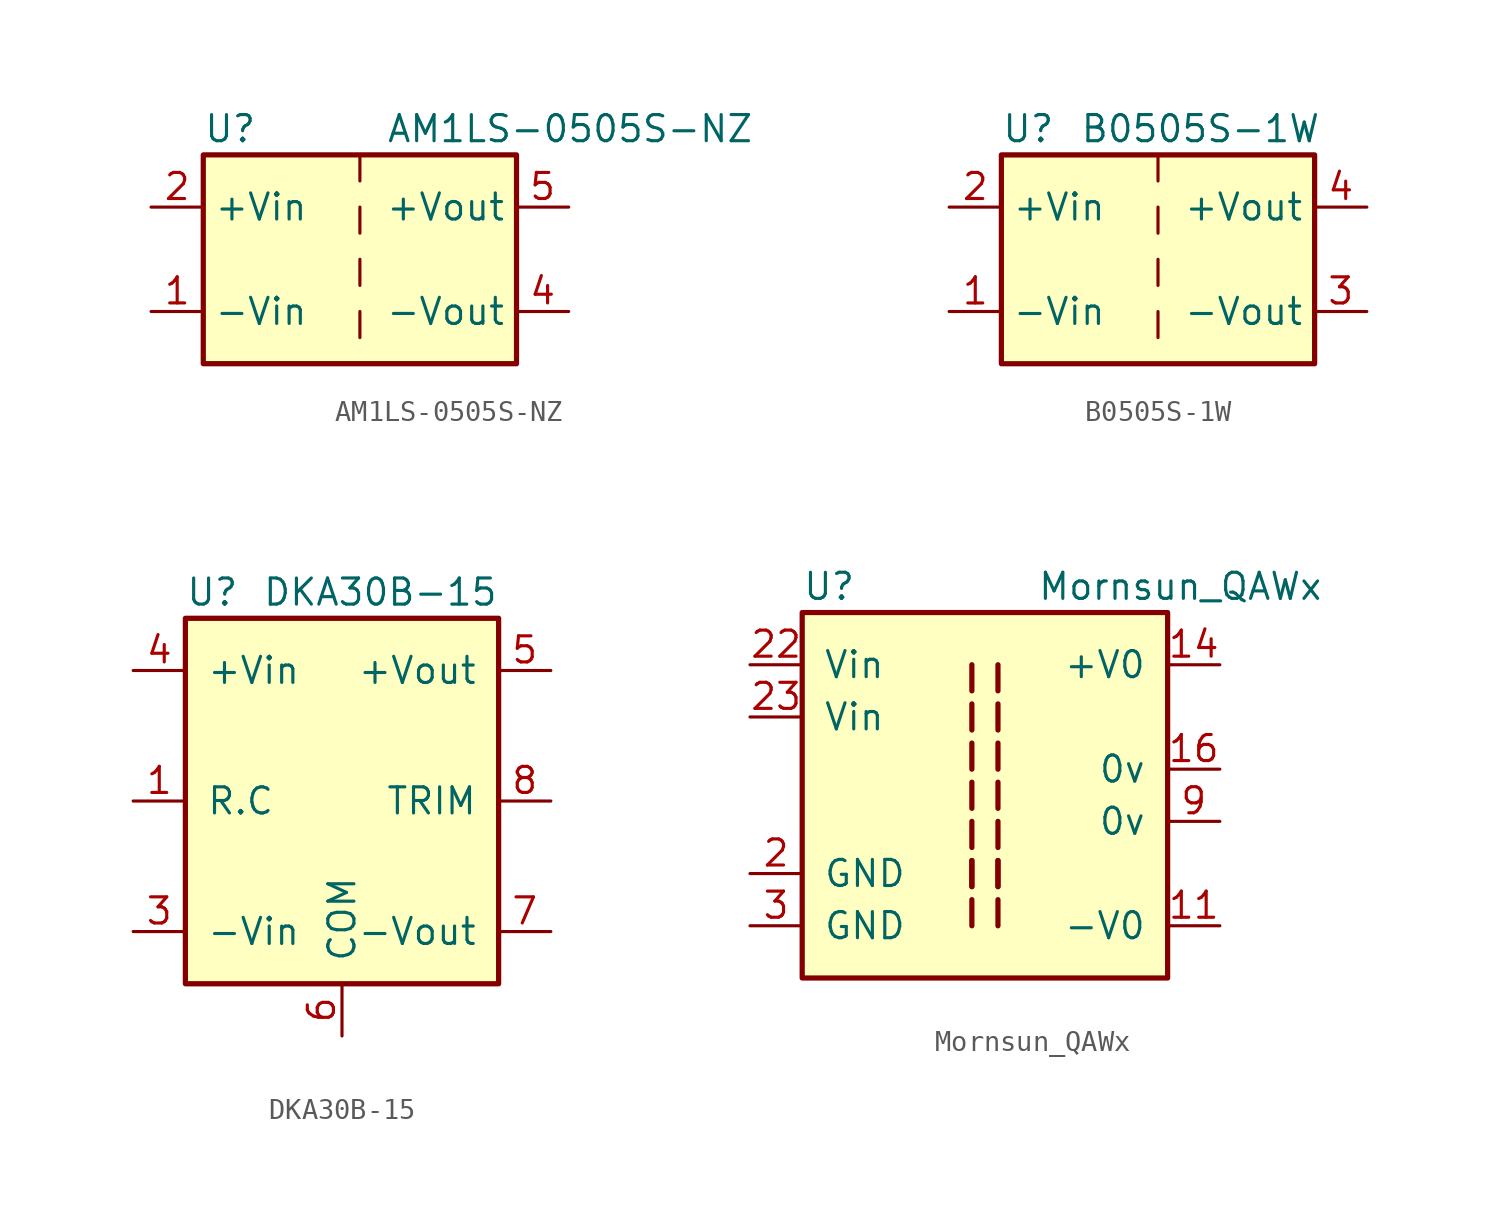
<source format=kicad_sym>
(kicad_symbol_lib
  (version 20211014)
  (generator kicad_symbol_editor)
  (symbol "AM1LS-0505S-NZ"
    (property "Reference" "U"
      (at -7.62 6.35 0)
      (effects (font (size 1.27 1.27)) (justify left)))
    (property "Value" "AM1LS-0505S-NZ"
      (at 1.27 6.35 0)
      (effects (font (size 1.27 1.27)) (justify left)))
    (symbol "AM1LS-0505S-NZ_0_0"
      (pin power_in line (at -10.16 -2.54 0) (length 2.54) (name "-Vin" (effects (font (size 1.27 1.27)))) (number "1" (effects (font (size 1.27 1.27)))))
      (pin power_in line (at -10.16 2.54 0) (length 2.54) (name "+Vin" (effects (font (size 1.27 1.27)))) (number "2" (effects (font (size 1.27 1.27)))))
      (pin power_out line (at 10.16 -2.54 180) (length 2.54) (name "-Vout" (effects (font (size 1.27 1.27)))) (number "4" (effects (font (size 1.27 1.27)))))
      (pin power_out line (at 10.16 2.54 180) (length 2.54) (name "+Vout" (effects (font (size 1.27 1.27)))) (number "5" (effects (font (size 1.27 1.27))))))
    (symbol "AM1LS-0505S-NZ_0_1"
      (rectangle (start -7.62 5.08) (end 7.62 -5.08) (stroke (width 0.254) (type default) (color 0 0 0 0)) (fill (type background)))
      (polyline (pts (xy 0 -2.54) (xy 0 -3.81)) (stroke (width 0) (type default) (color 0 0 0 0)) (fill (type none)))
      (polyline (pts (xy 0 0) (xy 0 -1.27)) (stroke (width 0) (type default) (color 0 0 0 0)) (fill (type none)))
      (polyline (pts (xy 0 2.54) (xy 0 1.27)) (stroke (width 0) (type default) (color 0 0 0 0)) (fill (type none)))
      (polyline (pts (xy 0 5.08) (xy 0 3.81)) (stroke (width 0) (type default) (color 0 0 0 0)) (fill (type none))))
    (symbol "AM1LS-0505S-NZ_1_1"
      (pin no_connect line (at 0 -5.08 90) (length 2.54) hide (name "NC" (effects (font (size 1.27 1.27)))) (number "8" (effects (font (size 1.27 1.27)))))))
  (symbol "B0505S-1W"
    (property "Reference" "U"
      (at -7.62 6.35 0)
      (effects (font (size 1.27 1.27)) (justify left)))
    (property "Value" "B0505S-1W"
      (at -3.81 6.35 0)
      (effects (font (size 1.27 1.27)) (justify left)))
    (symbol "B0505S-1W_0_0"
      (pin power_in line (at -10.16 -2.54 0) (length 2.54) (name "-Vin" (effects (font (size 1.27 1.27)))) (number "1" (effects (font (size 1.27 1.27)))))
      (pin power_in line (at -10.16 2.54 0) (length 2.54) (name "+Vin" (effects (font (size 1.27 1.27)))) (number "2" (effects (font (size 1.27 1.27)))))
      (pin power_out line (at 10.16 -2.54 180) (length 2.54) (name "-Vout" (effects (font (size 1.27 1.27)))) (number "3" (effects (font (size 1.27 1.27)))))
      (pin power_out line (at 10.16 2.54 180) (length 2.54) (name "+Vout" (effects (font (size 1.27 1.27)))) (number "4" (effects (font (size 1.27 1.27))))))
    (symbol "B0505S-1W_0_1"
      (rectangle (start -7.62 5.08) (end 7.62 -5.08) (stroke (width 0.254) (type default) (color 0 0 0 0)) (fill (type background)))
      (polyline (pts (xy 0 -2.54) (xy 0 -3.81)) (stroke (width 0) (type default) (color 0 0 0 0)) (fill (type none)))
      (polyline (pts (xy 0 0) (xy 0 -1.27)) (stroke (width 0) (type default) (color 0 0 0 0)) (fill (type none)))
      (polyline (pts (xy 0 2.54) (xy 0 1.27)) (stroke (width 0) (type default) (color 0 0 0 0)) (fill (type none)))
      (polyline (pts (xy 0 5.08) (xy 0 3.81)) (stroke (width 0) (type default) (color 0 0 0 0)) (fill (type none)))))
  (symbol "DKA30B-15"
    (pin_names
      (offset 1.016))
    (property "Reference" "U"
      (at -7.62 10.16 0)
      (effects (font (size 1.27 1.27)) (justify left)))
    (property "Value" "DKA30B-15"
      (at 7.62 10.16 0)
      (effects (font (size 1.27 1.27)) (justify right)))
    (symbol "DKA30B-15_0_1"
      (rectangle (start -7.62 8.89) (end 7.62 -8.89) (stroke (width 0.254) (type default) (color 0 0 0 0)) (fill (type background))))
    (symbol "DKA30B-15_1_1"
      (pin input line (at -10.16 0 0) (length 2.54) (name "R.C" (effects (font (size 1.27 1.27)))) (number "1" (effects (font (size 1.27 1.27)))))
      (pin power_in line (at -10.16 -6.35 0) (length 2.54) (name "-Vin" (effects (font (size 1.27 1.27)))) (number "3" (effects (font (size 1.27 1.27)))))
      (pin power_in line (at -10.16 6.35 0) (length 2.54) (name "+Vin" (effects (font (size 1.27 1.27)))) (number "4" (effects (font (size 1.27 1.27)))))
      (pin power_out line (at 10.16 6.35 180) (length 2.54) (name "+Vout" (effects (font (size 1.27 1.27)))) (number "5" (effects (font (size 1.27 1.27)))))
      (pin power_in line (at 0 -11.43 90) (length 2.54) (name "COM" (effects (font (size 1.27 1.27)))) (number "6" (effects (font (size 1.27 1.27)))))
      (pin input line (at 10.16 -6.35 180) (length 2.54) (name "-Vout" (effects (font (size 1.27 1.27)))) (number "7" (effects (font (size 1.27 1.27)))))
      (pin power_out line (at 10.16 0 180) (length 2.54) (name "TRIM" (effects (font (size 1.27 1.27)))) (number "8" (effects (font (size 1.27 1.27)))))))
  (symbol "Mornsun_QAWx"
    (pin_names
      (offset 1.016))
    (property "Reference" "U"
      (at -8.89 10.16 0)
      (effects (font (size 1.27 1.27)) (justify left)))
    (property "Value" "Mornsun_QAWx"
      (at 2.54 10.16 0)
      (effects (font (size 1.27 1.27)) (justify left)))
    (symbol "Mornsun_QAWx_0_1"
      (rectangle (start -8.89 8.89) (end 8.89 -8.89) (stroke (width 0.254) (type default) (color 0 0 0 0)) (fill (type background))))
    (symbol "Mornsun_QAWx_1_1"
      (polyline (pts (xy -0.635 -6.35) (xy -0.635 -5.08)) (stroke (width 0.254) (type default) (color 0 0 0 0)) (fill (type none)))
      (polyline (pts (xy -0.635 -4.445) (xy -0.635 -3.175)) (stroke (width 0.254) (type default) (color 0 0 0 0)) (fill (type none)))
      (polyline (pts (xy -0.635 -3.175) (xy -0.635 -4.445)) (stroke (width 0.254) (type default) (color 0 0 0 0)) (fill (type none)))
      (polyline (pts (xy -0.635 -1.27) (xy -0.635 -2.54)) (stroke (width 0.254) (type default) (color 0 0 0 0)) (fill (type none)))
      (polyline (pts (xy -0.635 0.635) (xy -0.635 -0.635)) (stroke (width 0.254) (type default) (color 0 0 0 0)) (fill (type none)))
      (polyline (pts (xy -0.635 1.27) (xy -0.635 2.54)) (stroke (width 0.254) (type default) (color 0 0 0 0)) (fill (type none)))
      (polyline (pts (xy -0.635 3.175) (xy -0.635 4.445)) (stroke (width 0.254) (type default) (color 0 0 0 0)) (fill (type none)))
      (polyline (pts (xy -0.635 6.35) (xy -0.635 5.08)) (stroke (width 0.254) (type default) (color 0 0 0 0)) (fill (type none)))
      (polyline (pts (xy 0.635 -6.35) (xy 0.635 -5.08)) (stroke (width 0.254) (type default) (color 0 0 0 0)) (fill (type none)))
      (polyline (pts (xy 0.635 -4.445) (xy 0.635 -3.175)) (stroke (width 0.254) (type default) (color 0 0 0 0)) (fill (type none)))
      (polyline (pts (xy 0.635 -3.175) (xy 0.635 -4.445)) (stroke (width 0.254) (type default) (color 0 0 0 0)) (fill (type none)))
      (polyline (pts (xy 0.635 -1.27) (xy 0.635 -2.54)) (stroke (width 0.254) (type default) (color 0 0 0 0)) (fill (type none)))
      (polyline (pts (xy 0.635 0.635) (xy 0.635 -0.635)) (stroke (width 0.254) (type default) (color 0 0 0 0)) (fill (type none)))
      (polyline (pts (xy 0.635 1.27) (xy 0.635 2.54)) (stroke (width 0.254) (type default) (color 0 0 0 0)) (fill (type none)))
      (polyline (pts (xy 0.635 3.175) (xy 0.635 4.445)) (stroke (width 0.254) (type default) (color 0 0 0 0)) (fill (type none)))
      (polyline (pts (xy 0.635 6.35) (xy 0.635 5.08)) (stroke (width 0.254) (type default) (color 0 0 0 0)) (fill (type none)))
      (pin power_out line (at 11.43 -6.35 180) (length 2.54) (name "-V0" (effects (font (size 1.27 1.27)))) (number "11" (effects (font (size 1.27 1.27)))))
      (pin power_out line (at 11.43 6.35 180) (length 2.54) (name "+V0" (effects (font (size 1.27 1.27)))) (number "14" (effects (font (size 1.27 1.27)))))
      (pin power_out line (at 11.43 1.27 180) (length 2.54) (name "0v" (effects (font (size 1.27 1.27)))) (number "16" (effects (font (size 1.27 1.27)))))
      (pin power_in line (at -11.43 -3.81 0) (length 2.54) (name "GND" (effects (font (size 1.27 1.27)))) (number "2" (effects (font (size 1.27 1.27)))))
      (pin power_in line (at -11.43 6.35 0) (length 2.54) (name "Vin" (effects (font (size 1.27 1.27)))) (number "22" (effects (font (size 1.27 1.27)))))
      (pin power_in line (at -11.43 3.81 0) (length 2.54) (name "Vin" (effects (font (size 1.27 1.27)))) (number "23" (effects (font (size 1.27 1.27)))))
      (pin power_in line (at -11.43 -6.35 0) (length 2.54) (name "GND" (effects (font (size 1.27 1.27)))) (number "3" (effects (font (size 1.27 1.27)))))
      (pin power_out line (at 11.43 -1.27 180) (length 2.54) (name "0v" (effects (font (size 1.27 1.27)))) (number "9" (effects (font (size 1.27 1.27))))))))
</source>
